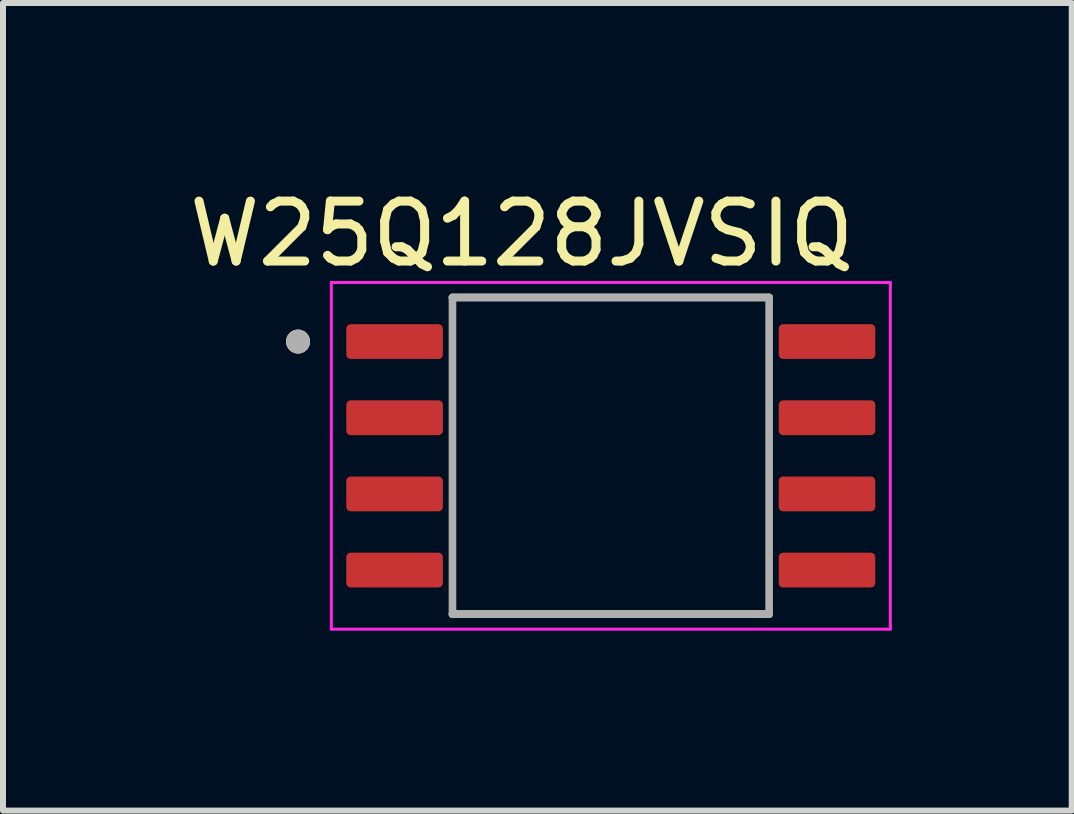
<source format=kicad_pcb>
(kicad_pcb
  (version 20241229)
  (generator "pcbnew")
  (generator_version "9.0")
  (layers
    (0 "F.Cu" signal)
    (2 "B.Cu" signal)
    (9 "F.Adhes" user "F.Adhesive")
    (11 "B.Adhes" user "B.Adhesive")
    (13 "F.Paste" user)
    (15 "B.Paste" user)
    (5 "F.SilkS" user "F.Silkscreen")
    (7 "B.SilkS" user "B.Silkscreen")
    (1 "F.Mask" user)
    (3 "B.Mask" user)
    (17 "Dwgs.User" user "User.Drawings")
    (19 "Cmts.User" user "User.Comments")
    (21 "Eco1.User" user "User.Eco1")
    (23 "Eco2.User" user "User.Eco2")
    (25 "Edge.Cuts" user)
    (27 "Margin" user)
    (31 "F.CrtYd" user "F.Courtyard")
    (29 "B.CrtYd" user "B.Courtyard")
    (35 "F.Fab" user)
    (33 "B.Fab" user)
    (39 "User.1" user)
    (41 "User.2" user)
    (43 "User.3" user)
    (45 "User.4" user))
  (footprint "W25Q128JVSIQ"
    (layer "F.Cu")
    (at 7.134 4.55)
    (property "Reference" "W25Q128JVSIQ" (at -1.485 -3.702 0) (layer "F.SilkS") (effects (font (size 1 1) (thickness 0.15))))
    (attr smd)
    (fp_line (start -2.64 -2.64) (end 2.64 -2.64) (stroke (width 0.127) (type solid)) (layer "F.SilkS"))
    (fp_line (start -2.64 2.64) (end 2.64 2.64) (stroke (width 0.127) (type solid)) (layer "F.SilkS"))
    (fp_circle (center -5.215 -1.905) (end -5.115 -1.905) (stroke (width 0.2) (type solid)) (fill no) (layer "F.SilkS"))
    (fp_line (start -4.66 -2.89) (end -4.66 2.89) (stroke (width 0.05) (type solid)) (layer "F.CrtYd"))
    (fp_line (start -4.66 -2.89) (end 4.66 -2.89) (stroke (width 0.05) (type solid)) (layer "F.CrtYd"))
    (fp_line (start -4.66 2.89) (end 4.66 2.89) (stroke (width 0.05) (type solid)) (layer "F.CrtYd"))
    (fp_line (start 4.66 -2.89) (end 4.66 2.89) (stroke (width 0.05) (type solid)) (layer "F.CrtYd"))
    (fp_line (start -2.64 -2.64) (end -2.64 2.64) (stroke (width 0.127) (type solid)) (layer "F.Fab"))
    (fp_line (start -2.64 -2.64) (end 2.64 -2.64) (stroke (width 0.127) (type solid)) (layer "F.Fab"))
    (fp_line (start -2.64 2.64) (end 2.64 2.64) (stroke (width 0.127) (type solid)) (layer "F.Fab"))
    (fp_line (start 2.64 -2.64) (end 2.64 2.64) (stroke (width 0.127) (type solid)) (layer "F.Fab"))
    (fp_circle (center -5.215 -1.905) (end -5.115 -1.905) (stroke (width 0.2) (type solid)) (fill no) (layer "F.Fab"))
    (pad "1" smd roundrect (at -3.605 -1.905) (size 1.61 0.58) (layers "F.Cu" "F.Mask" "F.Paste") (roundrect_rratio 0.125))
    (pad "2" smd roundrect (at -3.605 -0.635) (size 1.61 0.58) (layers "F.Cu" "F.Mask" "F.Paste") (roundrect_rratio 0.125))
    (pad "3" smd roundrect (at -3.605 0.635) (size 1.61 0.58) (layers "F.Cu" "F.Mask" "F.Paste") (roundrect_rratio 0.125))
    (pad "4" smd roundrect (at -3.605 1.905) (size 1.61 0.58) (layers "F.Cu" "F.Mask" "F.Paste") (roundrect_rratio 0.125))
    (pad "5" smd roundrect (at 3.605 1.905) (size 1.61 0.58) (layers "F.Cu" "F.Mask" "F.Paste") (roundrect_rratio 0.125))
    (pad "6" smd roundrect (at 3.605 0.635) (size 1.61 0.58) (layers "F.Cu" "F.Mask" "F.Paste") (roundrect_rratio 0.125))
    (pad "7" smd roundrect (at 3.605 -0.635) (size 1.61 0.58) (layers "F.Cu" "F.Mask" "F.Paste") (roundrect_rratio 0.125))
    (pad "8" smd roundrect (at 3.605 -1.905) (size 1.61 0.58) (layers "F.Cu" "F.Mask" "F.Paste") (roundrect_rratio 0.125)))
  (gr_rect
    (start -3 -3)
    (end 14.819 10.465)
    (stroke (width 0.1) (type default))
    (fill no)
    (layer "Edge.Cuts")))
</source>
